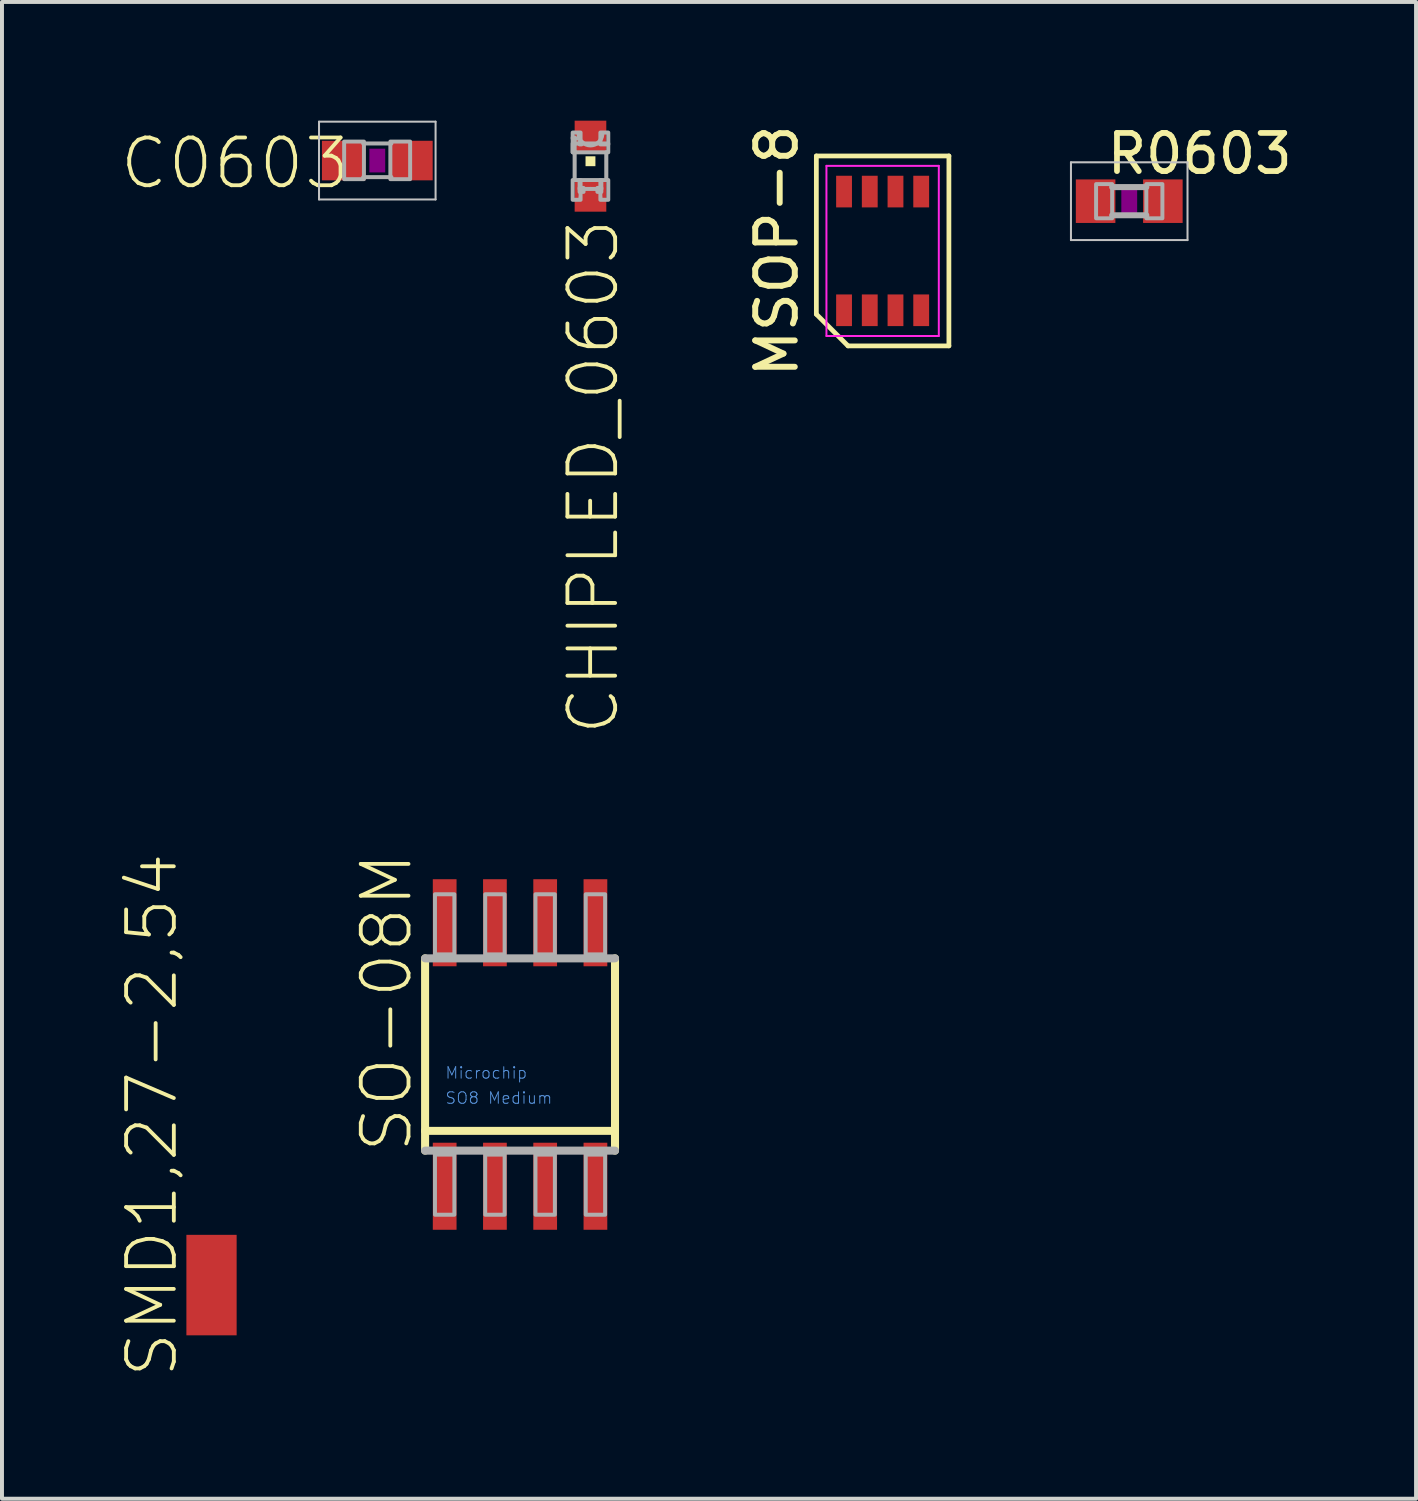
<source format=kicad_pcb>
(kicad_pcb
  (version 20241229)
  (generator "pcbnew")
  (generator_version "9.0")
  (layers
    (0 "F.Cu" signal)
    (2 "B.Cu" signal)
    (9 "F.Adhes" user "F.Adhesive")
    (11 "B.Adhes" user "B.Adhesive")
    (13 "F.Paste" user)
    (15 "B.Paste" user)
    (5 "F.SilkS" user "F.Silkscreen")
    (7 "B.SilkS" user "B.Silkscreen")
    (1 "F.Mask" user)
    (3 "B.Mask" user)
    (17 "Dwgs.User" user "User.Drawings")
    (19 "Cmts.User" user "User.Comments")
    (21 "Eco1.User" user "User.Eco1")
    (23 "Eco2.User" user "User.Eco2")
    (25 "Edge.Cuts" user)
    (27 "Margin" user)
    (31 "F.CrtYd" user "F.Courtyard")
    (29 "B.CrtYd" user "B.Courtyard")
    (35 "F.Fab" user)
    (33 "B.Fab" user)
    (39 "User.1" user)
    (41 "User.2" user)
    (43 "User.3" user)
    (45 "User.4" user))
  (footprint "SO-08M"
    (layer "F.Cu")
    (at 10.094 23.602)
    (property "Reference" "SO-08M" (at -2.667 2.54 90) (layer "F.SilkS") (effects (font (size 1.206 1.206) (thickness 0.097)) (justify left bottom)))
    (attr through_hole)
    (fp_line (start -2.4 1.93) (end -2.4 -2.43) (stroke (width 0.203) (type solid)) (layer "F.SilkS"))
    (fp_line (start -2.4 2.43) (end -2.4 1.93) (stroke (width 0.203) (type solid)) (layer "F.SilkS"))
    (fp_line (start 2.4 -2.43) (end 2.4 1.93) (stroke (width 0.203) (type solid)) (layer "F.SilkS"))
    (fp_line (start 2.4 1.93) (end -2.4 1.93) (stroke (width 0.203) (type solid)) (layer "F.SilkS"))
    (fp_line (start 2.4 1.93) (end 2.4 2.43) (stroke (width 0.203) (type solid)) (layer "F.SilkS"))
    (fp_line (start -2.4 -2.43) (end 2.4 -2.43) (stroke (width 0.203) (type solid)) (layer "F.Fab"))
    (fp_line (start 2.4 2.43) (end -2.4 2.43) (stroke (width 0.203) (type solid)) (layer "F.Fab"))
    (fp_poly (pts (xy -2.15 -2.53) (xy -1.66 -2.53) (xy -1.66 -4.05) (xy -2.15 -4.05)) (stroke (width 0.1) (type solid)) (fill no) (layer "F.Fab"))
    (fp_poly (pts (xy -2.15 4.05) (xy -1.66 4.05) (xy -1.66 2.53) (xy -2.15 2.53)) (stroke (width 0.1) (type solid)) (fill no) (layer "F.Fab"))
    (fp_poly (pts (xy -0.88 -2.53) (xy -0.39 -2.53) (xy -0.39 -4.05) (xy -0.88 -4.05)) (stroke (width 0.1) (type solid)) (fill no) (layer "F.Fab"))
    (fp_poly (pts (xy -0.88 4.05) (xy -0.39 4.05) (xy -0.39 2.53) (xy -0.88 2.53)) (stroke (width 0.1) (type solid)) (fill no) (layer "F.Fab"))
    (fp_poly (pts (xy 0.39 -2.53) (xy 0.88 -2.53) (xy 0.88 -4.05) (xy 0.39 -4.05)) (stroke (width 0.1) (type solid)) (fill no) (layer "F.Fab"))
    (fp_poly (pts (xy 0.39 4.05) (xy 0.88 4.05) (xy 0.88 2.53) (xy 0.39 2.53)) (stroke (width 0.1) (type solid)) (fill no) (layer "F.Fab"))
    (fp_poly (pts (xy 1.66 -2.53) (xy 2.15 -2.53) (xy 2.15 -4.05) (xy 1.66 -4.05)) (stroke (width 0.1) (type solid)) (fill no) (layer "F.Fab"))
    (fp_poly (pts (xy 1.66 4.05) (xy 2.15 4.05) (xy 2.15 2.53) (xy 1.66 2.53)) (stroke (width 0.1) (type solid)) (fill no) (layer "F.Fab"))
    (fp_text user "Microchip" (at -1.905 0.635 0) (layer "Cmts.User") (effects (font (size 0.29 0.29) (thickness 0.024)) (justify left bottom)))
    (fp_text user "SO8 Medium" (at -1.905 1.27 0) (layer "Cmts.User") (effects (font (size 0.29 0.29) (thickness 0.024)) (justify left bottom)))
    (pad "1" smd rect (at -1.905 3.33) (size 0.6 2.2) (layers "F.Cu" "F.Mask" "F.Paste"))
    (pad "2" smd rect (at -0.635 3.33) (size 0.6 2.2) (layers "F.Cu" "F.Mask" "F.Paste"))
    (pad "3" smd rect (at 0.635 3.33) (size 0.6 2.2) (layers "F.Cu" "F.Mask" "F.Paste"))
    (pad "4" smd rect (at 1.905 3.33) (size 0.6 2.2) (layers "F.Cu" "F.Mask" "F.Paste"))
    (pad "5" smd rect (at 1.905 -3.33) (size 0.6 2.2) (layers "F.Cu" "F.Mask" "F.Paste"))
    (pad "6" smd rect (at 0.635 -3.33) (size 0.6 2.2) (layers "F.Cu" "F.Mask" "F.Paste"))
    (pad "7" smd rect (at -0.635 -3.33) (size 0.6 2.2) (layers "F.Cu" "F.Mask" "F.Paste"))
    (pad "8" smd rect (at -1.905 -3.33) (size 0.6 2.2) (layers "F.Cu" "F.Mask" "F.Paste")))
  (footprint "R0603"
    (layer "F.Cu")
    (at 25.491 2.035)
    (property "Reference" "R0603" (at -0.635 -0.635 0) (layer "F.SilkS") (effects (font (size 0.965 0.965) (thickness 0.145)) (justify left bottom)))
    (attr through_hole)
    (fp_poly (pts (xy -0.2 0.4) (xy 0.2 0.4) (xy 0.2 -0.4) (xy -0.2 -0.4)) (stroke (width 0) (type solid)) (fill yes) (layer "F.Adhes"))
    (fp_line (start -1.473 -0.983) (end 1.473 -0.983) (stroke (width 0.051) (type solid)) (layer "Dwgs.User"))
    (fp_line (start -1.473 0.983) (end -1.473 -0.983) (stroke (width 0.051) (type solid)) (layer "Dwgs.User"))
    (fp_line (start 1.473 -0.983) (end 1.473 0.983) (stroke (width 0.051) (type solid)) (layer "Dwgs.User"))
    (fp_line (start 1.473 0.983) (end -1.473 0.983) (stroke (width 0.051) (type solid)) (layer "Dwgs.User"))
    (fp_line (start -0.432 0.356) (end 0.432 0.356) (stroke (width 0.152) (type solid)) (layer "F.Fab"))
    (fp_line (start 0.432 -0.356) (end -0.432 -0.356) (stroke (width 0.152) (type solid)) (layer "F.Fab"))
    (fp_poly (pts (xy -0.838 0.432) (xy -0.432 0.432) (xy -0.432 -0.432) (xy -0.838 -0.432)) (stroke (width 0.1) (type solid)) (fill no) (layer "F.Fab"))
    (fp_poly (pts (xy 0.432 0.432) (xy 0.838 0.432) (xy 0.838 -0.432) (xy 0.432 -0.432)) (stroke (width 0.1) (type solid)) (fill no) (layer "F.Fab"))
    (pad "1" smd rect (at -0.85 0) (size 1 1.1) (layers "F.Cu" "F.Mask" "F.Paste"))
    (pad "2" smd rect (at 0.85 0) (size 1 1.1) (layers "F.Cu" "F.Mask" "F.Paste")))
  (footprint "SMD1,27-2,54"
    (layer "F.Cu")
    (at 2.296 29.43)
    (property "Reference" "SMD1,27-2,54" (at -0.8 2.4 90) (layer "F.SilkS") (effects (font (size 1.206 1.206) (thickness 0.097)) (justify left bottom)))
    (attr through_hole)
    (pad "1" smd rect (at 0 0) (size 1.27 2.54) (layers "F.Cu" "F.Mask" "F.Paste")))
  (footprint "MSOP-8"
    (layer "F.Cu")
    (at 19.258 3.292)
    (property "Reference" "MSOP-8" (at -2.675 0 90) (layer "F.SilkS") (effects (font (size 1 1) (thickness 0.15))))
    (attr smd)
    (fp_line (start -1.675 -2.4) (end 1.675 -2.4) (stroke (width 0.12) (type solid)) (layer "F.SilkS"))
    (fp_line (start -1.675 1.6) (end -1.675 -2.4) (stroke (width 0.12) (type solid)) (layer "F.SilkS"))
    (fp_line (start -0.875 2.4) (end -1.675 1.6) (stroke (width 0.12) (type solid)) (layer "F.SilkS"))
    (fp_line (start 1.675 -2.4) (end 1.675 2.4) (stroke (width 0.12) (type solid)) (layer "F.SilkS"))
    (fp_line (start 1.675 2.4) (end -0.875 2.4) (stroke (width 0.12) (type solid)) (layer "F.SilkS"))
    (fp_line (start -1.42 -2.15) (end 1.42 -2.15) (stroke (width 0.05) (type solid)) (layer "F.CrtYd"))
    (fp_line (start -1.42 2.15) (end -1.42 -2.15) (stroke (width 0.05) (type solid)) (layer "F.CrtYd"))
    (fp_line (start 1.42 -2.15) (end 1.42 2.15) (stroke (width 0.05) (type solid)) (layer "F.CrtYd"))
    (fp_line (start 1.42 2.15) (end -1.42 2.15) (stroke (width 0.05) (type solid)) (layer "F.CrtYd"))
    (pad "1" smd rect (at -0.975 1.5) (size 0.4 0.8) (layers "F.Cu" "F.Mask" "F.Paste"))
    (pad "2" smd rect (at -0.325 1.5) (size 0.4 0.8) (layers "F.Cu" "F.Mask" "F.Paste"))
    (pad "3" smd rect (at 0.325 1.5) (size 0.4 0.8) (layers "F.Cu" "F.Mask" "F.Paste"))
    (pad "4" smd rect (at 0.975 1.5) (size 0.4 0.8) (layers "F.Cu" "F.Mask" "F.Paste"))
    (pad "5" smd rect (at 0.975 -1.5) (size 0.4 0.8) (layers "F.Cu" "F.Mask" "F.Paste"))
    (pad "6" smd rect (at 0.325 -1.5) (size 0.4 0.8) (layers "F.Cu" "F.Mask" "F.Paste"))
    (pad "7" smd rect (at -0.325 -1.5) (size 0.4 0.8) (layers "F.Cu" "F.Mask" "F.Paste"))
    (pad "8" smd rect (at -0.975 -1.5) (size 0.4 0.8) (layers "F.Cu" "F.Mask" "F.Paste")))
  (footprint "CHIPLED_0603"
    (layer "F.Cu")
    (at 11.874 1.15)
    (property "Reference" "CHIPLED_0603" (at -0.635 1.27 270) (layer "F.SilkS") (effects (font (size 1.206 1.206) (thickness 0.097)) (justify right top)))
    (attr through_hole)
    (fp_poly (pts (xy -0.125 0) (xy 0.125 0) (xy 0.125 -0.25) (xy -0.125 -0.25)) (stroke (width 0) (type solid)) (fill yes) (layer "F.SilkS"))
    (fp_line (start -0.4 -0.375) (end -0.4 0.35) (stroke (width 0.102) (type solid)) (layer "F.Fab"))
    (fp_line (start 0.4 -0.35) (end 0.4 0.35) (stroke (width 0.102) (type solid)) (layer "F.Fab"))
    (fp_arc (start -0.275 0.825) (mid 0 0.55) (end 0.275 0.825) (stroke (width 0.0508) (type solid)) (layer "F.Fab"))
    (fp_arc (start 0.3 -0.799998) (mid -0.000001 -0.524966) (end -0.3 -0.8) (stroke (width 0.1016) (type solid)) (layer "F.Fab"))
    (fp_circle (center -0.35 -0.625) (end -0.275 -0.625) (stroke (width 0.051) (type solid)) (fill no) (layer "F.Fab"))
    (fp_poly (pts (xy -0.45 -0.7) (xy -0.25 -0.7) (xy -0.25 -0.85) (xy -0.45 -0.85)) (stroke (width 0.1) (type solid)) (fill no) (layer "F.Fab"))
    (fp_poly (pts (xy -0.45 -0.35) (xy -0.4 -0.35) (xy -0.4 -0.725) (xy -0.45 -0.725)) (stroke (width 0.1) (type solid)) (fill no) (layer "F.Fab"))
    (fp_poly (pts (xy -0.45 -0.35) (xy 0.45 -0.35) (xy 0.45 -0.575) (xy -0.45 -0.575)) (stroke (width 0.1) (type solid)) (fill no) (layer "F.Fab"))
    (fp_poly (pts (xy -0.45 0.85) (xy -0.25 0.85) (xy -0.25 0.35) (xy -0.45 0.35)) (stroke (width 0.1) (type solid)) (fill no) (layer "F.Fab"))
    (fp_poly (pts (xy -0.275 -0.55) (xy -0.225 -0.55) (xy -0.225 -0.6) (xy -0.275 -0.6)) (stroke (width 0.1) (type solid)) (fill no) (layer "F.Fab"))
    (fp_poly (pts (xy -0.275 0.575) (xy 0.275 0.575) (xy 0.275 0.35) (xy -0.275 0.35)) (stroke (width 0.1) (type solid)) (fill no) (layer "F.Fab"))
    (fp_poly (pts (xy -0.275 0.65) (xy -0.175 0.65) (xy -0.175 0.55) (xy -0.275 0.55)) (stroke (width 0.1) (type solid)) (fill no) (layer "F.Fab"))
    (fp_poly (pts (xy 0.175 0.65) (xy 0.275 0.65) (xy 0.275 0.55) (xy 0.175 0.55)) (stroke (width 0.1) (type solid)) (fill no) (layer "F.Fab"))
    (fp_poly (pts (xy 0.25 -0.55) (xy 0.45 -0.55) (xy 0.45 -0.85) (xy 0.25 -0.85)) (stroke (width 0.1) (type solid)) (fill no) (layer "F.Fab"))
    (fp_poly (pts (xy 0.25 0.85) (xy 0.45 0.85) (xy 0.45 0.35) (xy 0.25 0.35)) (stroke (width 0.1) (type solid)) (fill no) (layer "F.Fab"))
    (pad "A" smd rect (at 0 0.75) (size 0.8 0.8) (layers "F.Cu" "F.Mask" "F.Paste"))
    (pad "C" smd rect (at 0 -0.75) (size 0.8 0.8) (layers "F.Cu" "F.Mask" "F.Paste")))
  (footprint "C0603"
    (layer "F.Cu")
    (at 6.486 1.008)
    (property "Reference" "C0603" (at -0.635 -0.635 180) (layer "F.SilkS") (effects (font (size 1.206 1.206) (thickness 0.097)) (justify right top)))
    (attr through_hole)
    (fp_poly (pts (xy -0.2 0.3) (xy 0.2 0.3) (xy 0.2 -0.3) (xy -0.2 -0.3)) (stroke (width 0) (type solid)) (fill yes) (layer "F.Adhes"))
    (fp_line (start -1.473 -0.983) (end 1.473 -0.983) (stroke (width 0.051) (type solid)) (layer "Dwgs.User"))
    (fp_line (start -1.473 0.983) (end -1.473 -0.983) (stroke (width 0.051) (type solid)) (layer "Dwgs.User"))
    (fp_line (start 1.473 -0.983) (end 1.473 0.983) (stroke (width 0.051) (type solid)) (layer "Dwgs.User"))
    (fp_line (start 1.473 0.983) (end -1.473 0.983) (stroke (width 0.051) (type solid)) (layer "Dwgs.User"))
    (fp_line (start -0.356 -0.432) (end 0.356 -0.432) (stroke (width 0.102) (type solid)) (layer "F.Fab"))
    (fp_line (start -0.356 0.419) (end 0.356 0.419) (stroke (width 0.102) (type solid)) (layer "F.Fab"))
    (fp_poly (pts (xy -0.838 0.47) (xy -0.338 0.47) (xy -0.338 -0.48) (xy -0.838 -0.48)) (stroke (width 0.1) (type solid)) (fill no) (layer "F.Fab"))
    (fp_poly (pts (xy 0.33 0.47) (xy 0.83 0.47) (xy 0.83 -0.48) (xy 0.33 -0.48)) (stroke (width 0.1) (type solid)) (fill no) (layer "F.Fab"))
    (pad "1" smd rect (at -0.85 0) (size 1.1 1) (layers "F.Cu" "F.Mask" "F.Paste"))
    (pad "2" smd rect (at 0.85 0) (size 1.1 1) (layers "F.Cu" "F.Mask" "F.Paste")))
  (gr_rect
    (start -3 -3)
    (end 32.74 34.83)
    (stroke (width 0.1) (type default))
    (fill no)
    (layer "Edge.Cuts")))
</source>
